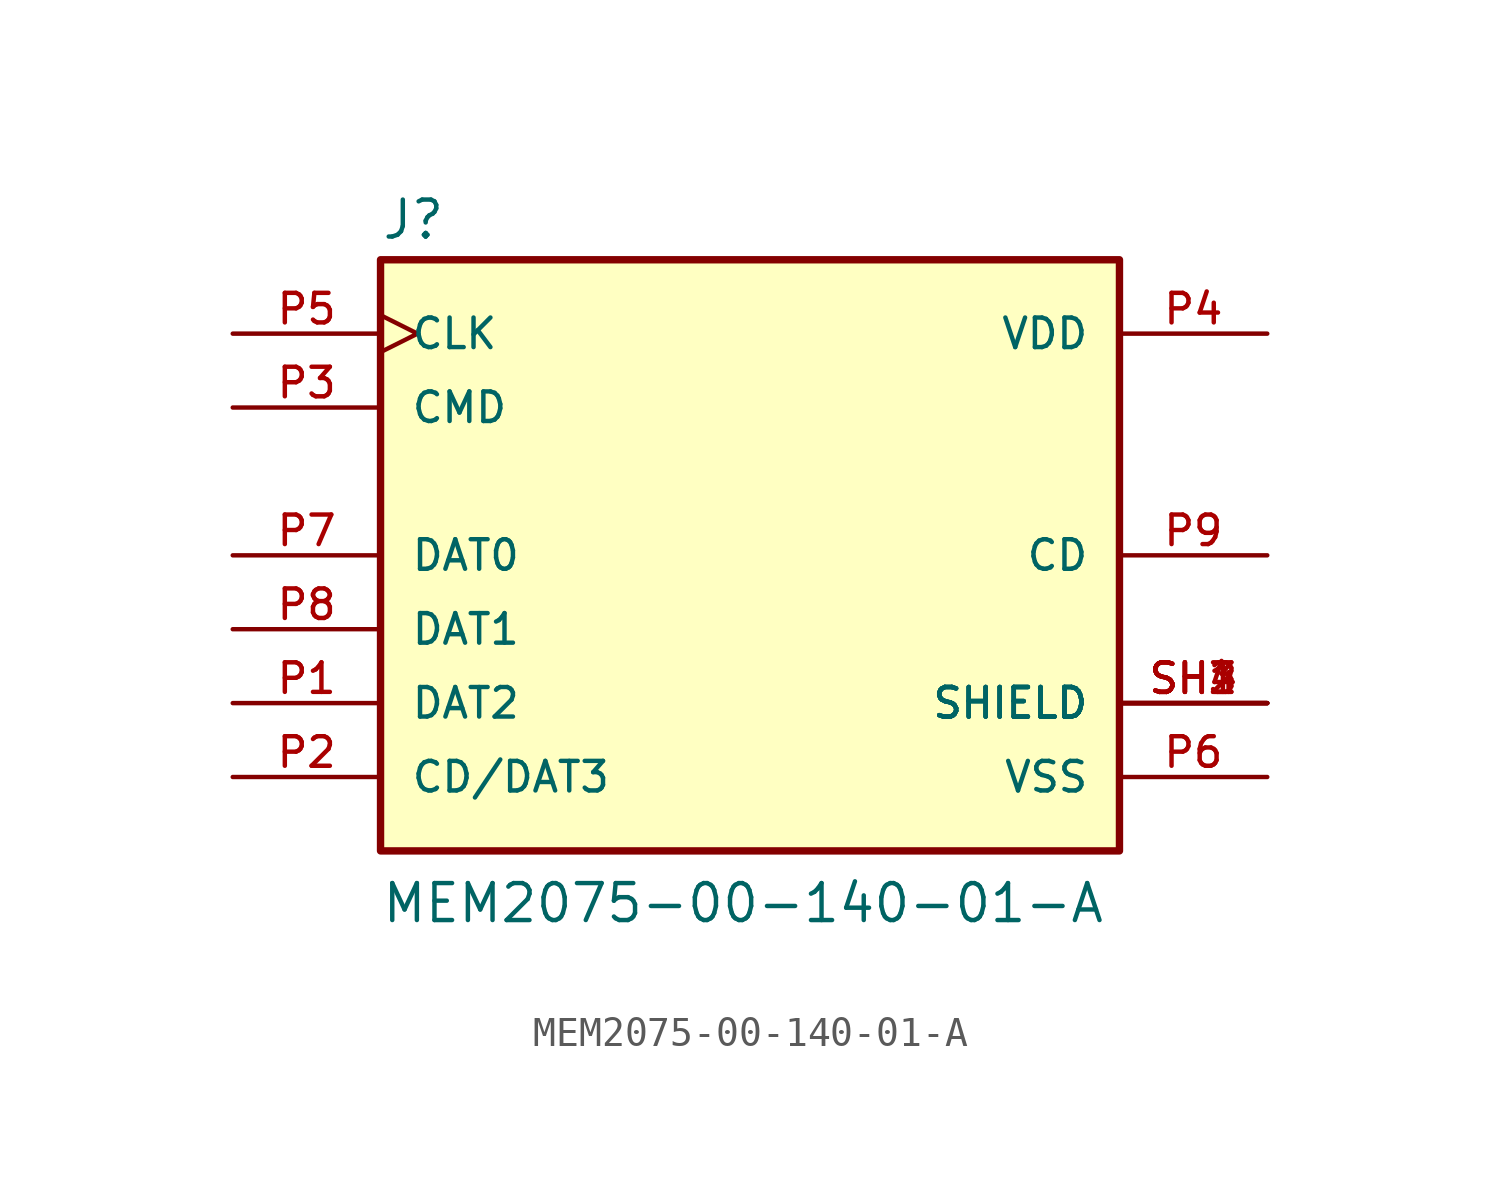
<source format=kicad_sym>
(kicad_symbol_lib
  (version 20211014)
  (generator kicad_symbol_editor)
  (symbol "MEM2075-00-140-01-A"
    (pin_names
      (offset 1.016))
    (property "Reference" "J"
      (at -12.7 10.795 0)
      (effects (font (size 1.27 1.27)) (justify bottom left)))
    (property "Value" "MEM2075-00-140-01-A"
      (at -12.7 -12.7 0)
      (effects (font (size 1.27 1.27)) (justify bottom left)))
    (symbol "MEM2075-00-140-01-A_0_0"
      (rectangle (start -12.7 -10.16) (end 12.7 10.16) (stroke (width 0.254)) (fill (type background)))
      (pin bidirectional line (at -17.78 -5.08 0) (length 5.08) (name "DAT2" (effects (font (size 1.016 1.016)))) (number "P1" (effects (font (size 1.016 1.016)))))
      (pin bidirectional line (at -17.78 -7.62 0) (length 5.08) (name "CD/DAT3" (effects (font (size 1.016 1.016)))) (number "P2" (effects (font (size 1.016 1.016)))))
      (pin bidirectional line (at -17.78 5.08 0) (length 5.08) (name "CMD" (effects (font (size 1.016 1.016)))) (number "P3" (effects (font (size 1.016 1.016)))))
      (pin power_in line (at 17.78 7.62 180.0) (length 5.08) (name "VDD" (effects (font (size 1.016 1.016)))) (number "P4" (effects (font (size 1.016 1.016)))))
      (pin bidirectional clock (at -17.78 7.62 0) (length 5.08) (name "CLK" (effects (font (size 1.016 1.016)))) (number "P5" (effects (font (size 1.016 1.016)))))
      (pin power_in line (at 17.78 -7.62 180.0) (length 5.08) (name "VSS" (effects (font (size 1.016 1.016)))) (number "P6" (effects (font (size 1.016 1.016)))))
      (pin bidirectional line (at -17.78 0.0 0) (length 5.08) (name "DAT0" (effects (font (size 1.016 1.016)))) (number "P7" (effects (font (size 1.016 1.016)))))
      (pin bidirectional line (at -17.78 -2.54 0) (length 5.08) (name "DAT1" (effects (font (size 1.016 1.016)))) (number "P8" (effects (font (size 1.016 1.016)))))
      (pin passive line (at 17.78 0.0 180.0) (length 5.08) (name "CD" (effects (font (size 1.016 1.016)))) (number "P9" (effects (font (size 1.016 1.016)))))
      (pin power_in line (at 17.78 -5.08 180.0) (length 5.08) (name "SHIELD" (effects (font (size 1.016 1.016)))) (number "SH1" (effects (font (size 1.016 1.016)))))
      (pin power_in line (at 17.78 -5.08 180.0) (length 5.08) (name "SHIELD" (effects (font (size 1.016 1.016)))) (number "SH2" (effects (font (size 1.016 1.016)))))
      (pin power_in line (at 17.78 -5.08 180.0) (length 5.08) (name "SHIELD" (effects (font (size 1.016 1.016)))) (number "SH3" (effects (font (size 1.016 1.016)))))
      (pin power_in line (at 17.78 -5.08 180.0) (length 5.08) (name "SHIELD" (effects (font (size 1.016 1.016)))) (number "SH4" (effects (font (size 1.016 1.016))))))))
</source>
